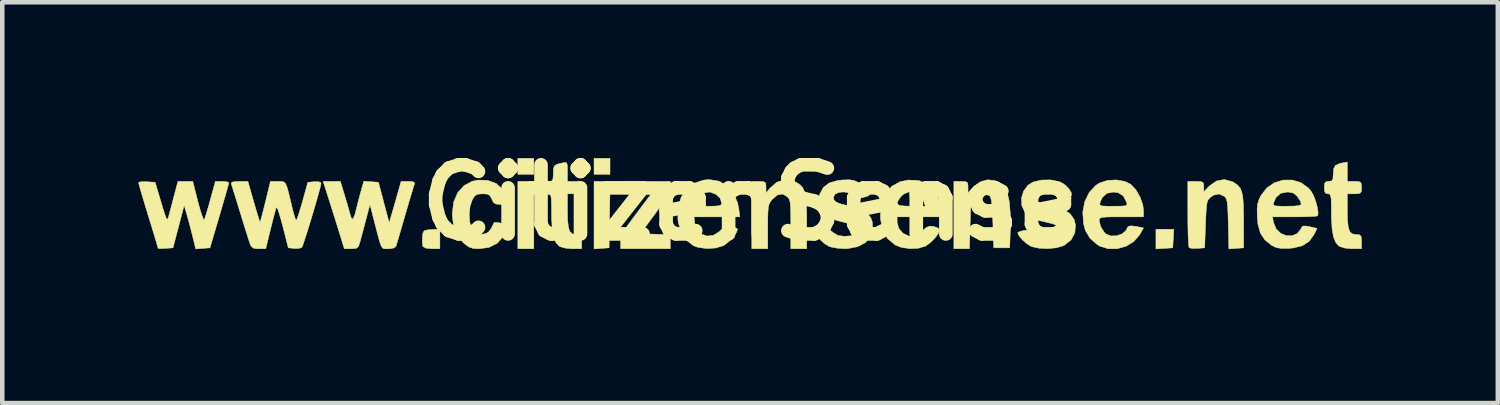
<source format=kicad_pcb>
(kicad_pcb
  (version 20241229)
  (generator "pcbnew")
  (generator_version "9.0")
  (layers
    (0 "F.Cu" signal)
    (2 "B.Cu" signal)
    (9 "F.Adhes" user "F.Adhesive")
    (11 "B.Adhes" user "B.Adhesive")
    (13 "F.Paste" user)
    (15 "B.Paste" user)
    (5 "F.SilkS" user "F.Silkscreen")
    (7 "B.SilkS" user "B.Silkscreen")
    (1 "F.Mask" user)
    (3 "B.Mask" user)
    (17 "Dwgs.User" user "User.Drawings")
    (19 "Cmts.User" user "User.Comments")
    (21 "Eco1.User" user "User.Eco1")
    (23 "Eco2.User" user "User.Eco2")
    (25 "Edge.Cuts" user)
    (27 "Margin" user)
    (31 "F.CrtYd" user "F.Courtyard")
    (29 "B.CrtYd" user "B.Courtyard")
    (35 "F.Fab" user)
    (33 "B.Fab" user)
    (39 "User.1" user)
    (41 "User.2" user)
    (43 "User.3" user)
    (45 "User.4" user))
  (footprint "CitizenSense"
    (layer "F.Cu")
    (at 13.486 1.418)
    (property "Reference" "CitizenSense" (at 0 0 0) (layer "F.SilkS") (effects (font (size 1.524 1.524) (thickness 0.3))))
    (attr through_hole)
    (fp_poly (pts (xy -4.767 -0.625) (xy -5.119 -0.625) (xy -5.119 -0.977) (xy -4.767 -0.977) (xy -4.767 -0.625)) (stroke (width 0.01) (type solid)) (fill yes) (layer "F.SilkS"))
    (fp_poly (pts (xy -4.767 1.016) (xy -5.119 1.016) (xy -5.119 -0.469) (xy -4.767 -0.469) (xy -4.767 1.016)) (stroke (width 0.01) (type solid)) (fill yes) (layer "F.SilkS"))
    (fp_poly (pts (xy -3.087 -0.625) (xy -3.439 -0.625) (xy -3.439 -0.977) (xy -3.087 -0.977) (xy -3.087 -0.625)) (stroke (width 0.01) (type solid)) (fill yes) (layer "F.SilkS"))
    (fp_poly (pts (xy -3.096 0.264) (xy -3.107 0.996) (xy -3.439 1.02) (xy -3.439 -0.469) (xy -3.085 -0.469) (xy -3.096 0.264)) (stroke (width 0.01) (type solid)) (fill yes) (layer "F.SilkS"))
    (fp_poly (pts (xy 9.332 0.791) (xy 9.32 0.996) (xy 9.134 1.008) (xy 8.949 1.02) (xy 8.949 0.586) (xy 9.343 0.586) (xy 9.332 0.791)) (stroke (width 0.01) (type solid)) (fill yes) (layer "F.SilkS"))
    (fp_poly (pts (xy -6.838 1.016) (xy -7.016 1.016) (xy -7.148 1.003) (xy -7.211 0.967) (xy -7.214 0.961) (xy -7.224 0.889) (xy -7.224 0.779) (xy -7.222 0.756) (xy -7.211 0.665) (xy -7.183 0.62) (xy -7.115 0.601) (xy -7.024 0.594) (xy -6.838 0.582) (xy -6.838 1.016)) (stroke (width 0.01) (type solid)) (fill yes) (layer "F.SilkS"))
    (fp_poly (pts (xy -1.758 -0.34) (xy -1.77 -0.27) (xy -1.808 -0.181) (xy -1.879 -0.061) (xy -1.989 0.101) (xy -2.087 0.236) (xy -2.415 0.684) (xy -2.087 0.695) (xy -1.758 0.706) (xy -1.758 1.016) (xy -2.853 1.016) (xy -2.853 0.859) (xy -2.847 0.787) (xy -2.825 0.714) (xy -2.78 0.627) (xy -2.705 0.511) (xy -2.591 0.354) (xy -2.522 0.263) (xy -2.192 -0.176) (xy -2.503 -0.187) (xy -2.814 -0.199) (xy -2.814 -0.469) (xy -1.758 -0.469) (xy -1.758 -0.34)) (stroke (width 0.01) (type solid)) (fill yes) (layer "F.SilkS"))
    (fp_poly (pts (xy 5.401 -0.486) (xy 5.551 -0.403) (xy 5.602 -0.351) (xy 5.67 -0.222) (xy 5.716 -0.023) (xy 5.739 0.248) (xy 5.74 0.591) (xy 5.737 0.664) (xy 5.725 0.996) (xy 5.373 0.996) (xy 5.354 0.438) (xy 5.344 0.206) (xy 5.332 0.041) (xy 5.317 -0.067) (xy 5.298 -0.131) (xy 5.275 -0.157) (xy 5.166 -0.192) (xy 5.051 -0.157) (xy 4.975 -0.101) (xy 4.93 -0.06) (xy 4.899 -0.018) (xy 4.879 0.041) (xy 4.866 0.131) (xy 4.859 0.267) (xy 4.853 0.463) (xy 4.851 0.505) (xy 4.838 1.016) (xy 4.494 1.016) (xy 4.494 -0.469) (xy 4.65 -0.469) (xy 4.75 -0.465) (xy 4.795 -0.439) (xy 4.806 -0.375) (xy 4.806 -0.343) (xy 4.806 -0.217) (xy 4.92 -0.341) (xy 5.068 -0.455) (xy 5.235 -0.504) (xy 5.401 -0.486)) (stroke (width 0.01) (type solid)) (fill yes) (layer "F.SilkS"))
    (fp_poly (pts (xy 0.934 -0.484) (xy 1.017 -0.449) (xy 1.1 -0.397) (xy 1.161 -0.331) (xy 1.203 -0.239) (xy 1.23 -0.109) (xy 1.244 0.07) (xy 1.25 0.311) (xy 1.25 0.428) (xy 1.25 1.016) (xy 0.899 1.016) (xy 0.899 0.475) (xy 0.898 0.255) (xy 0.893 0.1) (xy 0.884 -0.005) (xy 0.868 -0.071) (xy 0.844 -0.113) (xy 0.827 -0.131) (xy 0.717 -0.189) (xy 0.605 -0.17) (xy 0.492 -0.075) (xy 0.45 -0.021) (xy 0.421 0.033) (xy 0.404 0.104) (xy 0.395 0.208) (xy 0.391 0.36) (xy 0.391 0.531) (xy 0.391 1.016) (xy 0.039 1.016) (xy 0.039 -0.469) (xy 0.195 -0.469) (xy 0.296 -0.465) (xy 0.34 -0.439) (xy 0.352 -0.375) (xy 0.352 -0.342) (xy 0.352 -0.215) (xy 0.44 -0.319) (xy 0.591 -0.45) (xy 0.757 -0.505) (xy 0.934 -0.484)) (stroke (width 0.01) (type solid)) (fill yes) (layer "F.SilkS"))
    (fp_poly (pts (xy 10.631 -0.463) (xy 10.669 -0.443) (xy 10.745 -0.39) (xy 10.801 -0.328) (xy 10.84 -0.244) (xy 10.864 -0.125) (xy 10.877 0.041) (xy 10.882 0.266) (xy 10.883 0.406) (xy 10.883 0.996) (xy 10.72 1.008) (xy 10.557 1.02) (xy 10.544 0.468) (xy 10.538 0.247) (xy 10.53 0.09) (xy 10.519 -0.014) (xy 10.503 -0.079) (xy 10.479 -0.119) (xy 10.455 -0.14) (xy 10.34 -0.191) (xy 10.225 -0.168) (xy 10.155 -0.121) (xy 10.117 -0.086) (xy 10.09 -0.042) (xy 10.072 0.024) (xy 10.06 0.128) (xy 10.051 0.282) (xy 10.043 0.475) (xy 10.023 0.996) (xy 9.866 1.008) (xy 9.759 1.009) (xy 9.689 0.997) (xy 9.68 0.992) (xy 9.671 0.946) (xy 9.663 0.834) (xy 9.657 0.67) (xy 9.653 0.467) (xy 9.652 0.247) (xy 9.652 -0.469) (xy 9.828 -0.469) (xy 9.936 -0.465) (xy 9.987 -0.446) (xy 10.003 -0.396) (xy 10.004 -0.356) (xy 10.004 -0.242) (xy 10.137 -0.375) (xy 10.29 -0.48) (xy 10.457 -0.51) (xy 10.631 -0.463)) (stroke (width 0.01) (type solid)) (fill yes) (layer "F.SilkS"))
    (fp_poly (pts (xy 13.169 -0.469) (xy 13.325 -0.469) (xy 13.425 -0.465) (xy 13.47 -0.439) (xy 13.481 -0.373) (xy 13.482 -0.332) (xy 13.477 -0.245) (xy 13.448 -0.206) (xy 13.371 -0.196) (xy 13.325 -0.195) (xy 13.169 -0.195) (xy 13.169 0.178) (xy 13.173 0.394) (xy 13.19 0.544) (xy 13.222 0.637) (xy 13.274 0.687) (xy 13.351 0.703) (xy 13.366 0.703) (xy 13.44 0.71) (xy 13.473 0.744) (xy 13.481 0.827) (xy 13.482 0.86) (xy 13.482 1.016) (xy 13.275 1.016) (xy 13.124 1.003) (xy 13.008 0.97) (xy 12.984 0.956) (xy 12.914 0.88) (xy 12.864 0.758) (xy 12.833 0.582) (xy 12.819 0.343) (xy 12.817 0.205) (xy 12.816 0.025) (xy 12.811 -0.092) (xy 12.8 -0.158) (xy 12.779 -0.188) (xy 12.746 -0.195) (xy 12.739 -0.195) (xy 12.685 -0.211) (xy 12.663 -0.27) (xy 12.661 -0.332) (xy 12.668 -0.425) (xy 12.701 -0.463) (xy 12.759 -0.469) (xy 12.823 -0.478) (xy 12.851 -0.521) (xy 12.857 -0.615) (xy 12.867 -0.746) (xy 12.907 -0.82) (xy 12.992 -0.861) (xy 13.042 -0.872) (xy 13.169 -0.897) (xy 13.169 -0.469)) (stroke (width 0.01) (type solid)) (fill yes) (layer "F.SilkS"))
    (fp_poly (pts (xy 3.725 -0.486) (xy 3.92 -0.407) (xy 4.069 -0.266) (xy 4.169 -0.068) (xy 4.207 0.111) (xy 4.231 0.313) (xy 3.243 0.313) (xy 3.243 0.432) (xy 3.279 0.566) (xy 3.371 0.674) (xy 3.498 0.736) (xy 3.557 0.742) (xy 3.686 0.71) (xy 3.8 0.622) (xy 3.888 0.545) (xy 3.965 0.518) (xy 4.051 0.526) (xy 4.14 0.557) (xy 4.181 0.6) (xy 4.181 0.604) (xy 4.153 0.679) (xy 4.08 0.777) (xy 3.984 0.874) (xy 3.883 0.949) (xy 3.866 0.959) (xy 3.71 1.005) (xy 3.521 1.014) (xy 3.333 0.985) (xy 3.199 0.932) (xy 3.034 0.793) (xy 2.926 0.602) (xy 2.877 0.363) (xy 2.874 0.274) (xy 2.902 0.023) (xy 3.245 0.023) (xy 3.287 0.058) (xy 3.394 0.074) (xy 3.554 0.078) (xy 3.865 0.078) (xy 3.823 -0.04) (xy 3.747 -0.159) (xy 3.633 -0.226) (xy 3.504 -0.237) (xy 3.382 -0.187) (xy 3.324 -0.132) (xy 3.259 -0.038) (xy 3.245 0.023) (xy 2.902 0.023) (xy 2.903 0.011) (xy 2.988 -0.202) (xy 3.126 -0.361) (xy 3.311 -0.463) (xy 3.492 -0.499) (xy 3.725 -0.486)) (stroke (width 0.01) (type solid)) (fill yes) (layer "F.SilkS"))
    (fp_poly (pts (xy -5.78 -0.491) (xy -5.597 -0.422) (xy -5.46 -0.296) (xy -5.377 -0.119) (xy -5.368 -0.081) (xy -5.357 -0.004) (xy -5.379 0.03) (xy -5.453 0.039) (xy -5.496 0.039) (xy -5.601 0.031) (xy -5.657 -0.005) (xy -5.693 -0.078) (xy -5.732 -0.155) (xy -5.789 -0.188) (xy -5.895 -0.195) (xy -5.896 -0.195) (xy -6.005 -0.187) (xy -6.071 -0.148) (xy -6.122 -0.068) (xy -6.172 0.079) (xy -6.191 0.256) (xy -6.179 0.431) (xy -6.137 0.574) (xy -6.122 0.601) (xy -6.059 0.674) (xy -5.98 0.698) (xy -5.909 0.696) (xy -5.824 0.681) (xy -5.762 0.644) (xy -5.706 0.567) (xy -5.641 0.437) (xy -5.603 0.435) (xy -5.517 0.447) (xy -5.494 0.451) (xy -5.394 0.485) (xy -5.357 0.543) (xy -5.379 0.637) (xy -5.431 0.733) (xy -5.57 0.892) (xy -5.753 0.986) (xy -5.969 1.016) (xy -6.103 1.009) (xy -6.2 0.976) (xy -6.298 0.904) (xy -6.324 0.881) (xy -6.454 0.725) (xy -6.532 0.535) (xy -6.563 0.296) (xy -6.564 0.23) (xy -6.533 -0.016) (xy -6.445 -0.22) (xy -6.307 -0.375) (xy -6.125 -0.471) (xy -5.999 -0.498) (xy -5.78 -0.491)) (stroke (width 0.01) (type solid)) (fill yes) (layer "F.SilkS"))
    (fp_poly (pts (xy -4.039 -0.871) (xy -4.027 -0.812) (xy -4.025 -0.693) (xy -4.025 -0.685) (xy -4.025 -0.469) (xy -3.869 -0.469) (xy -3.769 -0.465) (xy -3.724 -0.439) (xy -3.713 -0.373) (xy -3.712 -0.332) (xy -3.717 -0.245) (xy -3.746 -0.206) (xy -3.822 -0.196) (xy -3.869 -0.195) (xy -4.025 -0.195) (xy -4.025 0.178) (xy -4.02 0.394) (xy -4.004 0.544) (xy -3.972 0.637) (xy -3.92 0.687) (xy -3.843 0.703) (xy -3.828 0.703) (xy -3.754 0.71) (xy -3.721 0.744) (xy -3.712 0.827) (xy -3.712 0.86) (xy -3.712 1.016) (xy -3.919 1.016) (xy -4.07 1.003) (xy -4.186 0.97) (xy -4.21 0.956) (xy -4.28 0.88) (xy -4.33 0.758) (xy -4.36 0.582) (xy -4.375 0.343) (xy -4.376 0.205) (xy -4.378 0.025) (xy -4.382 -0.092) (xy -4.394 -0.158) (xy -4.415 -0.188) (xy -4.448 -0.195) (xy -4.455 -0.195) (xy -4.509 -0.211) (xy -4.53 -0.27) (xy -4.533 -0.332) (xy -4.526 -0.425) (xy -4.493 -0.463) (xy -4.435 -0.469) (xy -4.375 -0.476) (xy -4.347 -0.512) (xy -4.338 -0.597) (xy -4.338 -0.646) (xy -4.333 -0.754) (xy -4.308 -0.815) (xy -4.243 -0.85) (xy -4.132 -0.877) (xy -4.071 -0.887) (xy -4.039 -0.871)) (stroke (width 0.01) (type solid)) (fill yes) (layer "F.SilkS"))
    (fp_poly (pts (xy -0.682 -0.473) (xy -0.502 -0.371) (xy -0.364 -0.209) (xy -0.274 0.005) (xy -0.249 0.13) (xy -0.224 0.313) (xy -1.235 0.313) (xy -1.219 0.45) (xy -1.169 0.595) (xy -1.073 0.693) (xy -0.946 0.736) (xy -0.809 0.721) (xy -0.679 0.64) (xy -0.662 0.623) (xy -0.58 0.547) (xy -0.507 0.52) (xy -0.412 0.53) (xy -0.321 0.554) (xy -0.275 0.58) (xy -0.274 0.585) (xy -0.301 0.659) (xy -0.372 0.757) (xy -0.465 0.856) (xy -0.56 0.932) (xy -0.587 0.948) (xy -0.758 1) (xy -0.958 1.012) (xy -1.151 0.984) (xy -1.245 0.95) (xy -1.402 0.83) (xy -1.517 0.652) (xy -1.583 0.428) (xy -1.591 0.36) (xy -1.584 0.099) (xy -1.557 0.007) (xy -1.211 0.007) (xy -1.202 0.044) (xy -1.165 0.065) (xy -1.082 0.075) (xy -0.94 0.078) (xy -0.918 0.078) (xy -0.768 0.076) (xy -0.679 0.067) (xy -0.637 0.047) (xy -0.625 0.013) (xy -0.625 0.007) (xy -0.66 -0.098) (xy -0.751 -0.183) (xy -0.872 -0.231) (xy -0.918 -0.234) (xy -1.046 -0.205) (xy -1.15 -0.131) (xy -1.207 -0.031) (xy -1.211 0.007) (xy -1.557 0.007) (xy -1.517 -0.125) (xy -1.397 -0.304) (xy -1.228 -0.431) (xy -1.018 -0.499) (xy -0.896 -0.508) (xy -0.682 -0.473)) (stroke (width 0.01) (type solid)) (fill yes) (layer "F.SilkS"))
    (fp_poly (pts (xy 8.264 -0.468) (xy 8.393 -0.405) (xy 8.504 -0.288) (xy 8.599 -0.126) (xy 8.66 0.049) (xy 8.675 0.165) (xy 8.675 0.313) (xy 8.187 0.313) (xy 7.984 0.313) (xy 7.847 0.317) (xy 7.762 0.325) (xy 7.718 0.34) (xy 7.701 0.364) (xy 7.698 0.393) (xy 7.729 0.525) (xy 7.806 0.649) (xy 7.851 0.692) (xy 7.957 0.734) (xy 8.085 0.73) (xy 8.205 0.688) (xy 8.289 0.615) (xy 8.306 0.58) (xy 8.333 0.53) (xy 8.386 0.511) (xy 8.485 0.52) (xy 8.553 0.532) (xy 8.675 0.557) (xy 8.592 0.704) (xy 8.466 0.854) (xy 8.295 0.959) (xy 8.098 1.015) (xy 7.895 1.016) (xy 7.709 0.958) (xy 7.659 0.928) (xy 7.495 0.785) (xy 7.394 0.614) (xy 7.352 0.459) (xy 7.336 0.209) (xy 7.369 0.034) (xy 7.71 0.034) (xy 7.723 0.06) (xy 7.773 0.073) (xy 7.874 0.078) (xy 8.011 0.078) (xy 8.167 0.077) (xy 8.26 0.071) (xy 8.303 0.057) (xy 8.311 0.028) (xy 8.302 -0.01) (xy 8.23 -0.147) (xy 8.117 -0.22) (xy 8.011 -0.234) (xy 7.865 -0.205) (xy 7.765 -0.112) (xy 7.72 -0.01) (xy 7.71 0.034) (xy 7.369 0.034) (xy 7.38 -0.023) (xy 7.477 -0.224) (xy 7.621 -0.379) (xy 7.709 -0.435) (xy 7.883 -0.491) (xy 8.078 -0.501) (xy 8.264 -0.468)) (stroke (width 0.01) (type solid)) (fill yes) (layer "F.SilkS"))
    (fp_poly (pts (xy -12.172 -0.02) (xy -12.126 0.148) (xy -12.084 0.28) (xy -12.052 0.362) (xy -12.033 0.381) (xy -12.033 0.38) (xy -12.013 0.324) (xy -11.978 0.211) (xy -11.933 0.058) (xy -11.898 -0.068) (xy -11.788 -0.469) (xy -11.638 -0.469) (xy -11.543 -0.462) (xy -11.493 -0.445) (xy -11.49 -0.44) (xy -11.501 -0.395) (xy -11.531 -0.287) (xy -11.576 -0.129) (xy -11.633 0.068) (xy -11.698 0.29) (xy -11.699 0.293) (xy -11.906 0.996) (xy -12.064 1.008) (xy -12.221 1.02) (xy -12.286 0.754) (xy -12.331 0.577) (xy -12.38 0.393) (xy -12.413 0.274) (xy -12.476 0.059) (xy -12.722 0.996) (xy -12.887 1.008) (xy -12.988 1.012) (xy -13.046 1.008) (xy -13.052 1.004) (xy -13.063 0.963) (xy -13.093 0.859) (xy -13.139 0.705) (xy -13.198 0.511) (xy -13.266 0.291) (xy -13.267 0.288) (xy -13.334 0.067) (xy -13.393 -0.13) (xy -13.44 -0.288) (xy -13.47 -0.396) (xy -13.481 -0.442) (xy -13.481 -0.442) (xy -13.447 -0.458) (xy -13.358 -0.463) (xy -13.298 -0.461) (xy -13.115 -0.449) (xy -13.005 -0.078) (xy -12.944 0.126) (xy -12.901 0.262) (xy -12.871 0.34) (xy -12.85 0.367) (xy -12.834 0.351) (xy -12.817 0.299) (xy -12.81 0.274) (xy -12.782 0.169) (xy -12.742 0.018) (xy -12.699 -0.147) (xy -12.694 -0.166) (xy -12.613 -0.469) (xy -12.286 -0.469) (xy -12.172 -0.02)) (stroke (width 0.01) (type solid)) (fill yes) (layer "F.SilkS"))
    (fp_poly (pts (xy 6.815 -0.464) (xy 6.864 -0.444) (xy 6.956 -0.383) (xy 7.033 -0.303) (xy 7.081 -0.223) (xy 7.089 -0.162) (xy 7.065 -0.139) (xy 6.923 -0.103) (xy 6.83 -0.103) (xy 6.764 -0.141) (xy 6.747 -0.16) (xy 6.659 -0.213) (xy 6.538 -0.231) (xy 6.418 -0.213) (xy 6.329 -0.162) (xy 6.315 -0.144) (xy 6.3 -0.076) (xy 6.348 -0.019) (xy 6.465 0.031) (xy 6.655 0.077) (xy 6.67 0.08) (xy 6.894 0.143) (xy 7.05 0.237) (xy 7.144 0.367) (xy 7.175 0.488) (xy 7.161 0.668) (xy 7.077 0.822) (xy 6.929 0.939) (xy 6.906 0.951) (xy 6.755 0.995) (xy 6.565 1.013) (xy 6.372 1.004) (xy 6.211 0.969) (xy 6.19 0.96) (xy 6.099 0.903) (xy 6.005 0.82) (xy 5.932 0.733) (xy 5.901 0.666) (xy 5.901 0.664) (xy 5.935 0.641) (xy 6.022 0.617) (xy 6.063 0.609) (xy 6.181 0.6) (xy 6.261 0.625) (xy 6.309 0.663) (xy 6.408 0.719) (xy 6.532 0.74) (xy 6.658 0.731) (xy 6.764 0.693) (xy 6.829 0.63) (xy 6.838 0.588) (xy 6.801 0.526) (xy 6.692 0.472) (xy 6.542 0.433) (xy 6.348 0.389) (xy 6.212 0.338) (xy 6.115 0.271) (xy 6.062 0.213) (xy 5.992 0.066) (xy 5.984 -0.098) (xy 6.031 -0.255) (xy 6.129 -0.386) (xy 6.234 -0.452) (xy 6.419 -0.498) (xy 6.625 -0.502) (xy 6.815 -0.464)) (stroke (width 0.01) (type solid)) (fill yes) (layer "F.SilkS"))
    (fp_poly (pts (xy -8.354 -0.461) (xy -8.192 -0.449) (xy -8.074 -0.002) (xy -7.955 0.446) (xy -7.888 0.213) (xy -7.837 0.038) (xy -7.783 -0.152) (xy -7.757 -0.244) (xy -7.693 -0.469) (xy -7.535 -0.469) (xy -7.433 -0.462) (xy -7.396 -0.439) (xy -7.398 -0.413) (xy -7.416 -0.359) (xy -7.451 -0.243) (xy -7.5 -0.079) (xy -7.558 0.117) (xy -7.6 0.261) (xy -7.661 0.473) (xy -7.717 0.663) (xy -7.761 0.815) (xy -7.791 0.916) (xy -7.8 0.948) (xy -7.841 0.996) (xy -7.937 1.015) (xy -7.972 1.016) (xy -8.03 1.017) (xy -8.072 1.015) (xy -8.104 0.997) (xy -8.132 0.954) (xy -8.161 0.874) (xy -8.197 0.748) (xy -8.245 0.564) (xy -8.287 0.401) (xy -8.38 0.041) (xy -8.47 0.382) (xy -8.516 0.555) (xy -8.559 0.718) (xy -8.593 0.842) (xy -8.6 0.869) (xy -8.632 0.965) (xy -8.678 1.006) (xy -8.768 1.016) (xy -8.792 1.016) (xy -8.945 1.016) (xy -9.105 0.498) (xy -9.172 0.285) (xy -9.237 0.078) (xy -9.294 -0.103) (xy -9.336 -0.234) (xy -9.339 -0.244) (xy -9.412 -0.469) (xy -9.222 -0.469) (xy -9.031 -0.469) (xy -8.934 -0.147) (xy -8.885 0.016) (xy -8.843 0.163) (xy -8.814 0.268) (xy -8.809 0.286) (xy -8.782 0.357) (xy -8.752 0.356) (xy -8.717 0.28) (xy -8.679 0.137) (xy -8.639 -0.024) (xy -8.592 -0.2) (xy -8.574 -0.266) (xy -8.515 -0.473) (xy -8.354 -0.461)) (stroke (width 0.01) (type solid)) (fill yes) (layer "F.SilkS"))
    (fp_poly (pts (xy 12.144 -0.442) (xy 12.31 -0.324) (xy 12.364 -0.262) (xy 12.419 -0.167) (xy 12.468 -0.041) (xy 12.505 0.092) (xy 12.524 0.208) (xy 12.518 0.282) (xy 12.512 0.292) (xy 12.467 0.3) (xy 12.36 0.306) (xy 12.206 0.311) (xy 12.021 0.313) (xy 12.005 0.313) (xy 11.518 0.313) (xy 11.542 0.44) (xy 11.599 0.577) (xy 11.697 0.674) (xy 11.818 0.726) (xy 11.944 0.731) (xy 12.059 0.685) (xy 12.143 0.587) (xy 12.16 0.545) (xy 12.191 0.515) (xy 12.266 0.516) (xy 12.339 0.53) (xy 12.502 0.567) (xy 12.439 0.695) (xy 12.332 0.848) (xy 12.181 0.948) (xy 11.978 0.999) (xy 11.88 1.008) (xy 11.718 1.009) (xy 11.604 0.991) (xy 11.51 0.948) (xy 11.504 0.944) (xy 11.351 0.821) (xy 11.252 0.672) (xy 11.198 0.478) (xy 11.183 0.313) (xy 11.18 0.145) (xy 11.191 0.034) (xy 11.539 0.034) (xy 11.552 0.06) (xy 11.603 0.073) (xy 11.705 0.078) (xy 11.838 0.078) (xy 12.003 0.075) (xy 12.102 0.064) (xy 12.147 0.042) (xy 12.153 0.025) (xy 12.13 -0.041) (xy 12.075 -0.127) (xy 12.072 -0.132) (xy 11.987 -0.208) (xy 11.874 -0.234) (xy 11.844 -0.234) (xy 11.697 -0.205) (xy 11.596 -0.115) (xy 11.549 -0.01) (xy 11.539 0.034) (xy 11.191 0.034) (xy 11.192 0.026) (xy 11.225 -0.076) (xy 11.263 -0.154) (xy 11.393 -0.324) (xy 11.562 -0.439) (xy 11.754 -0.498) (xy 11.953 -0.499) (xy 12.144 -0.442)) (stroke (width 0.01) (type solid)) (fill yes) (layer "F.SilkS"))
    (fp_poly (pts (xy 2.293 -0.489) (xy 2.381 -0.448) (xy 2.419 -0.424) (xy 2.519 -0.343) (xy 2.598 -0.261) (xy 2.607 -0.247) (xy 2.638 -0.191) (xy 2.623 -0.158) (xy 2.549 -0.13) (xy 2.515 -0.121) (xy 2.41 -0.099) (xy 2.341 -0.114) (xy 2.285 -0.157) (xy 2.188 -0.214) (xy 2.072 -0.236) (xy 1.959 -0.227) (xy 1.873 -0.187) (xy 1.837 -0.119) (xy 1.837 -0.114) (xy 1.853 -0.055) (xy 1.909 -0.007) (xy 2.019 0.034) (xy 2.192 0.074) (xy 2.219 0.08) (xy 2.428 0.137) (xy 2.571 0.218) (xy 2.661 0.331) (xy 2.693 0.416) (xy 2.709 0.598) (xy 2.657 0.756) (xy 2.542 0.882) (xy 2.373 0.97) (xy 2.157 1.012) (xy 2.073 1.014) (xy 1.925 1.004) (xy 1.79 0.979) (xy 1.736 0.96) (xy 1.643 0.903) (xy 1.549 0.819) (xy 1.476 0.732) (xy 1.446 0.663) (xy 1.446 0.662) (xy 1.48 0.638) (xy 1.566 0.612) (xy 1.599 0.606) (xy 1.714 0.597) (xy 1.791 0.625) (xy 1.834 0.661) (xy 1.938 0.724) (xy 2.081 0.742) (xy 2.23 0.73) (xy 2.314 0.69) (xy 2.341 0.618) (xy 2.338 0.583) (xy 2.321 0.532) (xy 2.276 0.495) (xy 2.186 0.462) (xy 2.052 0.429) (xy 1.897 0.387) (xy 1.76 0.339) (xy 1.671 0.297) (xy 1.567 0.184) (xy 1.515 0.032) (xy 1.523 -0.139) (xy 1.536 -0.185) (xy 1.616 -0.334) (xy 1.743 -0.433) (xy 1.926 -0.487) (xy 2.042 -0.5) (xy 2.191 -0.504) (xy 2.293 -0.489)) (stroke (width 0.01) (type solid)) (fill yes) (layer "F.SilkS"))
    (fp_poly (pts (xy -10.29 -0.462) (xy -10.252 -0.436) (xy -10.221 -0.38) (xy -10.19 -0.283) (xy -10.152 -0.133) (xy -10.101 0.081) (xy -10.099 0.093) (xy -10.063 0.233) (xy -10.031 0.338) (xy -10.009 0.389) (xy -10.006 0.391) (xy -9.987 0.356) (xy -9.953 0.26) (xy -9.909 0.119) (xy -9.866 -0.029) (xy -9.749 -0.449) (xy -9.603 -0.462) (xy -9.501 -0.459) (xy -9.457 -0.435) (xy -9.457 -0.43) (xy -9.467 -0.373) (xy -9.497 -0.258) (xy -9.541 -0.099) (xy -9.595 0.088) (xy -9.655 0.289) (xy -9.715 0.489) (xy -9.773 0.673) (xy -9.823 0.828) (xy -9.86 0.937) (xy -9.882 0.988) (xy -9.882 0.988) (xy -9.941 1.008) (xy -10.038 1.01) (xy -10.048 1.009) (xy -10.18 0.996) (xy -10.299 0.529) (xy -10.346 0.355) (xy -10.388 0.217) (xy -10.42 0.127) (xy -10.439 0.098) (xy -10.44 0.099) (xy -10.458 0.15) (xy -10.489 0.261) (xy -10.529 0.414) (xy -10.569 0.576) (xy -10.677 1.016) (xy -10.83 1.016) (xy -10.937 1.007) (xy -10.994 0.969) (xy -11.018 0.923) (xy -11.041 0.855) (xy -11.082 0.727) (xy -11.137 0.554) (xy -11.199 0.353) (xy -11.237 0.229) (xy -11.301 0.022) (xy -11.357 -0.16) (xy -11.402 -0.304) (xy -11.431 -0.396) (xy -11.439 -0.42) (xy -11.426 -0.451) (xy -11.349 -0.466) (xy -11.264 -0.469) (xy -11.07 -0.469) (xy -10.942 -0.02) (xy -10.891 0.154) (xy -10.848 0.297) (xy -10.817 0.394) (xy -10.803 0.43) (xy -10.803 0.43) (xy -10.79 0.394) (xy -10.764 0.298) (xy -10.727 0.154) (xy -10.683 -0.02) (xy -10.574 -0.469) (xy -10.408 -0.469) (xy -10.34 -0.469) (xy -10.29 -0.462)) (stroke (width 0.01) (type solid)) (fill yes) (layer "F.SilkS")))
  (gr_rect
    (start -3 -3)
    (end 29.973 5.836)
    (stroke (width 0.1) (type default))
    (fill no)
    (layer "Edge.Cuts")))
</source>
